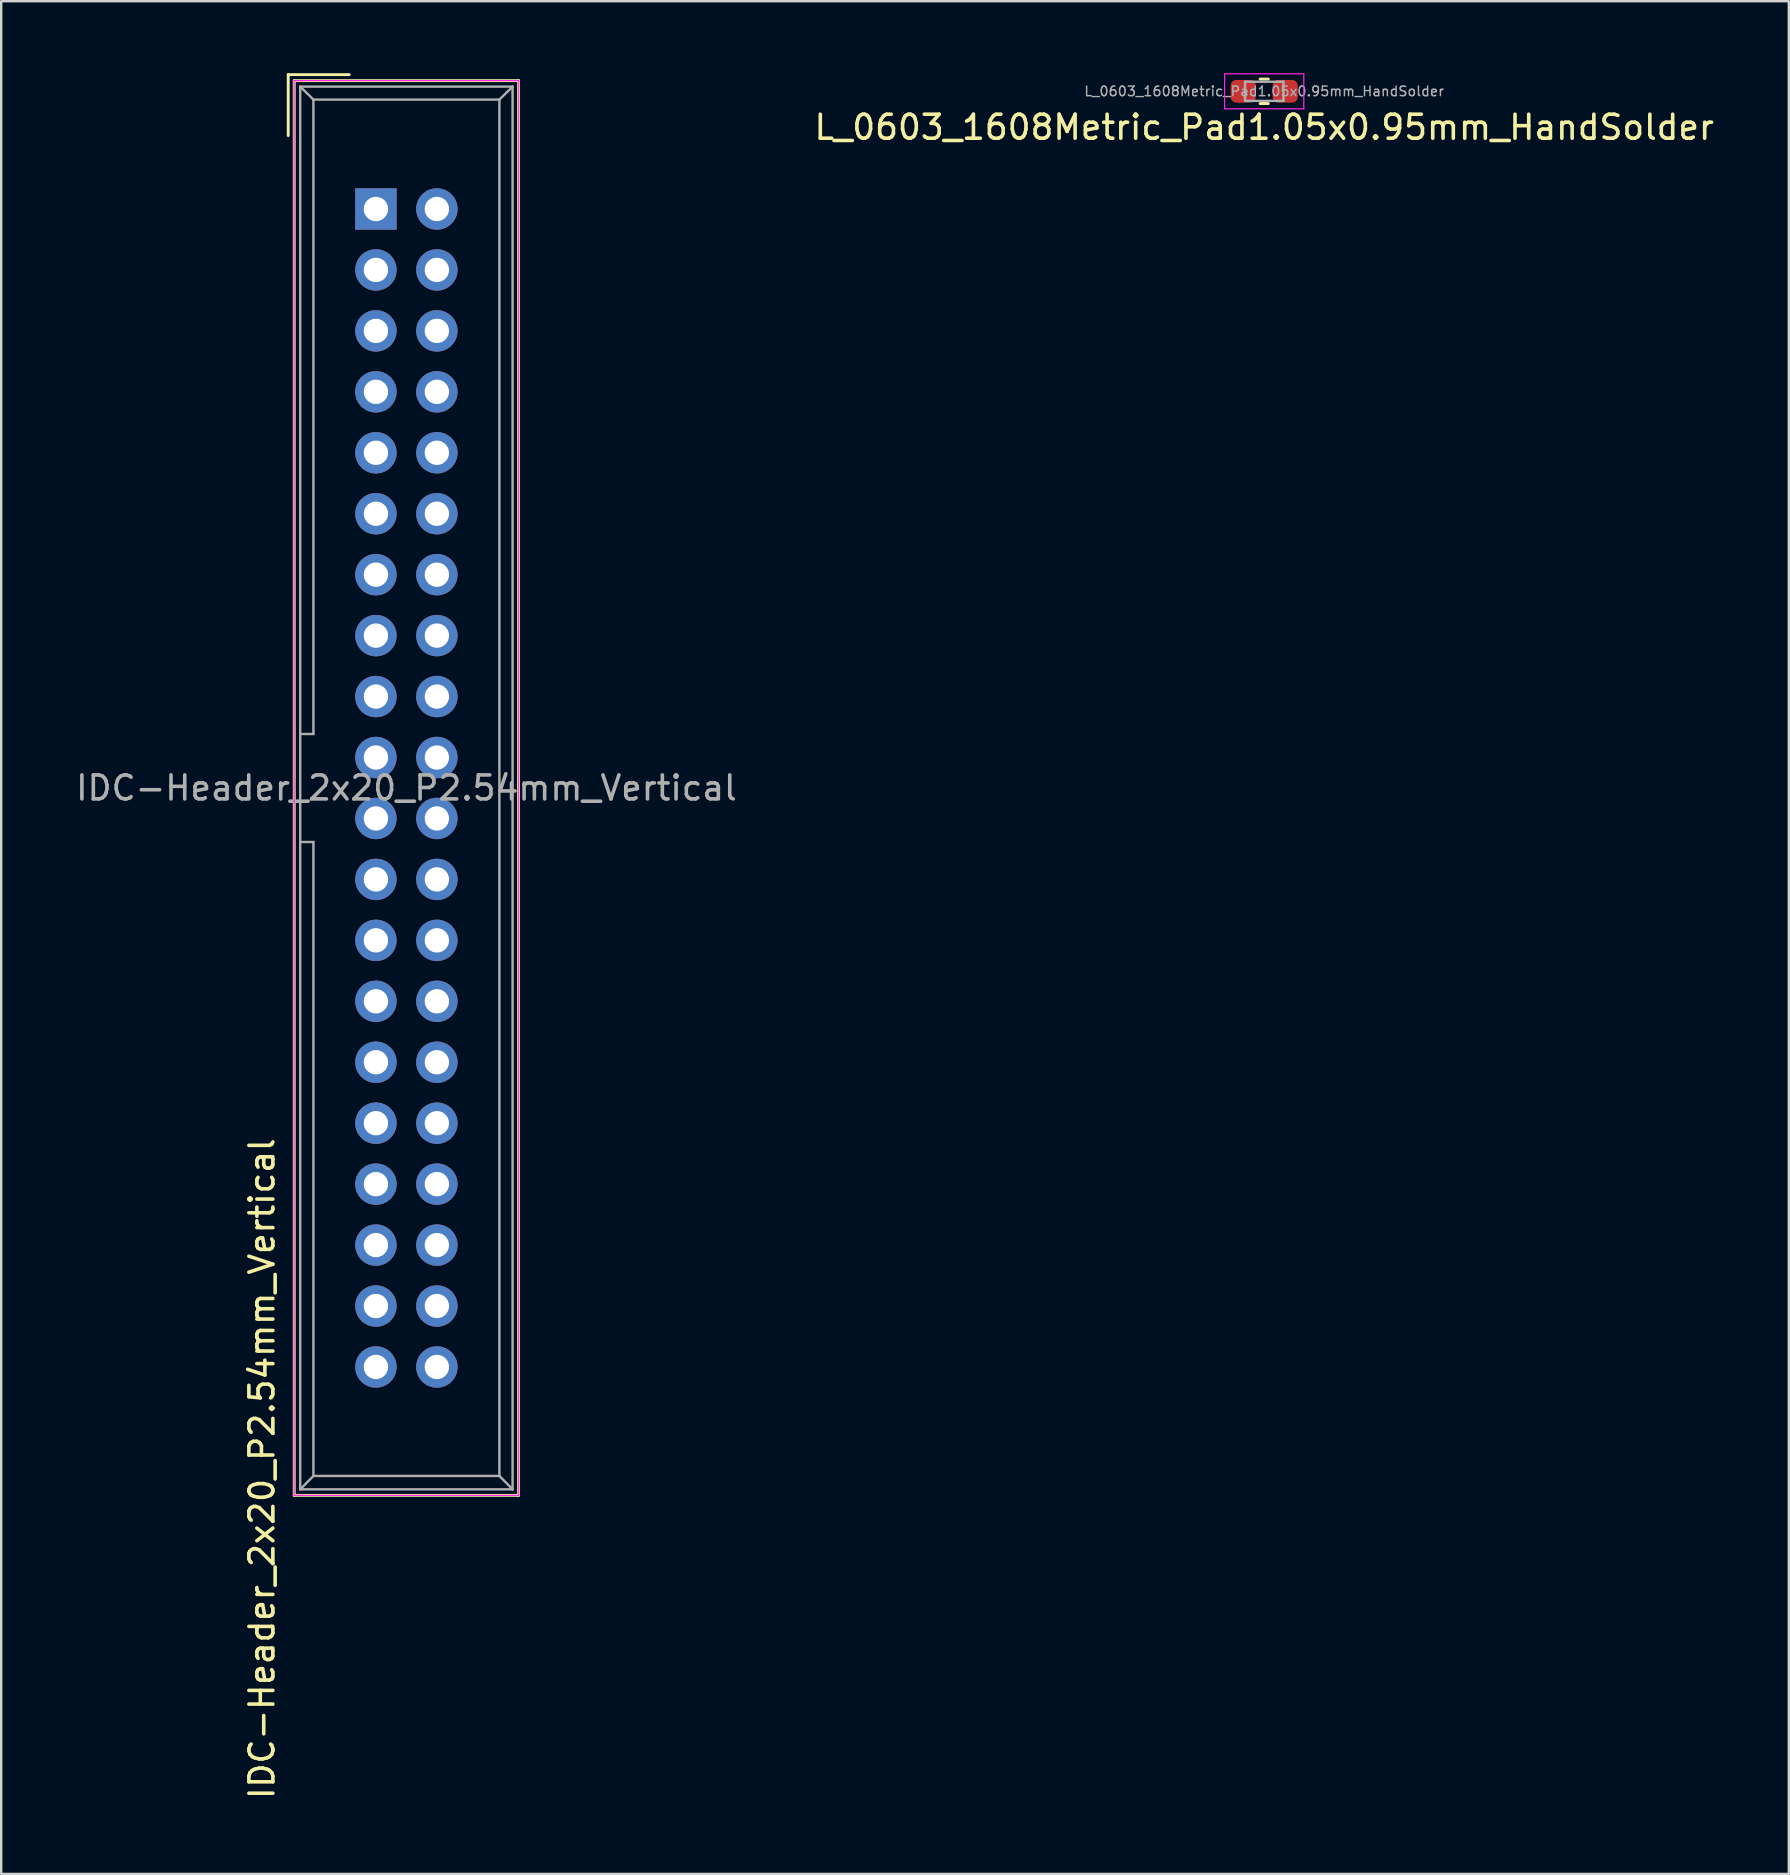
<source format=kicad_pcb>
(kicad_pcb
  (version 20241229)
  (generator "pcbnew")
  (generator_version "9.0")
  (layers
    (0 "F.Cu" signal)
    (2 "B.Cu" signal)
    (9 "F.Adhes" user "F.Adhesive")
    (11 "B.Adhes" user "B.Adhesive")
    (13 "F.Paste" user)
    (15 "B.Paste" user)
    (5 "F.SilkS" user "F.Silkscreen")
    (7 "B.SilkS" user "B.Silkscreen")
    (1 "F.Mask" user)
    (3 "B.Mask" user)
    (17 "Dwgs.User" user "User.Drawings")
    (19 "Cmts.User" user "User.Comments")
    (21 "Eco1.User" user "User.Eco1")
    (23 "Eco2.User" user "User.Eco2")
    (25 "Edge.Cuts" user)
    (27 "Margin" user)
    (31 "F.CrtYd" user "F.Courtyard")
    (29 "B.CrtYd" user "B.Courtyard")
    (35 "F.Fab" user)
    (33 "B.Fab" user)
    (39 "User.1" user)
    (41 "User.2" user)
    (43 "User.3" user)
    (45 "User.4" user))
  (footprint "L_0603_1608Metric_Pad1.05x0.95mm_HandSolder"
    (layer "F.Cu")
    (at 49.637 0.755)
    (property "Reference" "L_0603_1608Metric_Pad1.05x0.95mm_HandSolder" (at 0 1.5 0) (layer "F.SilkS") (effects (font (size 1 1) (thickness 0.15))))
    (attr smd)
    (fp_line (start -0.171 -0.51) (end 0.171 -0.51) (stroke (width 0.12) (type solid)) (layer "F.SilkS"))
    (fp_line (start -0.171 0.51) (end 0.171 0.51) (stroke (width 0.12) (type solid)) (layer "F.SilkS"))
    (fp_line (start -1.65 -0.73) (end 1.65 -0.73) (stroke (width 0.05) (type solid)) (layer "F.CrtYd"))
    (fp_line (start -1.65 0.73) (end -1.65 -0.73) (stroke (width 0.05) (type solid)) (layer "F.CrtYd"))
    (fp_line (start 1.65 -0.73) (end 1.65 0.73) (stroke (width 0.05) (type solid)) (layer "F.CrtYd"))
    (fp_line (start 1.65 0.73) (end -1.65 0.73) (stroke (width 0.05) (type solid)) (layer "F.CrtYd"))
    (fp_line (start -0.8 -0.4) (end 0.8 -0.4) (stroke (width 0.1) (type solid)) (layer "F.Fab"))
    (fp_line (start -0.8 0.4) (end -0.8 -0.4) (stroke (width 0.1) (type solid)) (layer "F.Fab"))
    (fp_line (start 0.8 -0.4) (end 0.8 0.4) (stroke (width 0.1) (type solid)) (layer "F.Fab"))
    (fp_line (start 0.8 0.4) (end -0.8 0.4) (stroke (width 0.1) (type solid)) (layer "F.Fab"))
    (fp_text user "${REFERENCE}" (at 0 0 0) (layer "F.Fab") (effects (font (size 0.4 0.4) (thickness 0.06))))
    (pad "1" smd roundrect (at -0.875 0) (size 1.05 0.95) (layers "F.Cu" "F.Mask" "F.Paste") (roundrect_rratio 0.25))
    (pad "2" smd roundrect (at 0.875 0) (size 1.05 0.95) (layers "F.Cu" "F.Mask" "F.Paste") (roundrect_rratio 0.25)))
  (footprint "IDC-Header_2x20_P2.54mm_Vertical"
    (layer "F.Cu")
    (at 12.617 5.66)
    (property "Reference" "IDC-Header_2x20_P2.54mm_Vertical" (at -4.75 52.5 90) (layer "F.SilkS") (effects (font (size 1 1) (thickness 0.15))))
    (attr through_hole)
    (fp_line (start -3.655 -5.6) (end -3.655 -3.06) (stroke (width 0.12) (type solid)) (layer "F.SilkS"))
    (fp_line (start -3.655 -5.6) (end -1.115 -5.6) (stroke (width 0.12) (type solid)) (layer "F.SilkS"))
    (fp_line (start -3.405 -5.35) (end 5.945 -5.35) (stroke (width 0.12) (type solid)) (layer "F.SilkS"))
    (fp_line (start -3.405 53.61) (end -3.405 -5.35) (stroke (width 0.12) (type solid)) (layer "F.SilkS"))
    (fp_line (start 5.945 -5.35) (end 5.945 53.61) (stroke (width 0.12) (type solid)) (layer "F.SilkS"))
    (fp_line (start 5.945 53.61) (end -3.405 53.61) (stroke (width 0.12) (type solid)) (layer "F.SilkS"))
    (fp_line (start -3.41 -5.35) (end 5.95 -5.35) (stroke (width 0.05) (type solid)) (layer "F.CrtYd"))
    (fp_line (start -3.41 53.61) (end -3.41 -5.35) (stroke (width 0.05) (type solid)) (layer "F.CrtYd"))
    (fp_line (start 5.95 -5.35) (end 5.95 53.61) (stroke (width 0.05) (type solid)) (layer "F.CrtYd"))
    (fp_line (start 5.95 53.61) (end -3.41 53.61) (stroke (width 0.05) (type solid)) (layer "F.CrtYd"))
    (fp_line (start -3.155 -5.1) (end -3.155 53.36) (stroke (width 0.1) (type solid)) (layer "F.Fab"))
    (fp_line (start -3.155 -5.1) (end -2.605 -4.56) (stroke (width 0.1) (type solid)) (layer "F.Fab"))
    (fp_line (start -3.155 53.36) (end -2.605 52.8) (stroke (width 0.1) (type solid)) (layer "F.Fab"))
    (fp_line (start -2.605 -4.56) (end -2.605 21.88) (stroke (width 0.1) (type solid)) (layer "F.Fab"))
    (fp_line (start -2.605 21.88) (end -3.155 21.88) (stroke (width 0.1) (type solid)) (layer "F.Fab"))
    (fp_line (start -2.605 26.38) (end -3.155 26.38) (stroke (width 0.1) (type solid)) (layer "F.Fab"))
    (fp_line (start -2.605 26.38) (end -2.605 52.8) (stroke (width 0.1) (type solid)) (layer "F.Fab"))
    (fp_line (start 5.145 -4.56) (end -2.605 -4.56) (stroke (width 0.1) (type solid)) (layer "F.Fab"))
    (fp_line (start 5.145 -4.56) (end 5.145 52.8) (stroke (width 0.1) (type solid)) (layer "F.Fab"))
    (fp_line (start 5.145 52.8) (end -2.605 52.8) (stroke (width 0.1) (type solid)) (layer "F.Fab"))
    (fp_line (start 5.695 -5.1) (end -3.155 -5.1) (stroke (width 0.1) (type solid)) (layer "F.Fab"))
    (fp_line (start 5.695 -5.1) (end 5.145 -4.56) (stroke (width 0.1) (type solid)) (layer "F.Fab"))
    (fp_line (start 5.695 -5.1) (end 5.695 53.36) (stroke (width 0.1) (type solid)) (layer "F.Fab"))
    (fp_line (start 5.695 53.36) (end -3.155 53.36) (stroke (width 0.1) (type solid)) (layer "F.Fab"))
    (fp_line (start 5.695 53.36) (end 5.145 52.8) (stroke (width 0.1) (type solid)) (layer "F.Fab"))
    (fp_text user "${REFERENCE}" (at 1.27 24.13 0) (layer "F.Fab") (effects (font (size 1 1) (thickness 0.15))))
    (pad "1" thru_hole rect (at 0 0) (size 1.727 1.727) (drill 1.016) (layers "*.Cu" "*.Mask"))
    (pad "2" thru_hole oval (at 2.54 0) (size 1.727 1.727) (drill 1.016) (layers "*.Cu" "*.Mask"))
    (pad "3" thru_hole oval (at 0 2.54) (size 1.727 1.727) (drill 1.016) (layers "*.Cu" "*.Mask"))
    (pad "4" thru_hole oval (at 2.54 2.54) (size 1.727 1.727) (drill 1.016) (layers "*.Cu" "*.Mask"))
    (pad "5" thru_hole oval (at 0 5.08) (size 1.727 1.727) (drill 1.016) (layers "*.Cu" "*.Mask"))
    (pad "6" thru_hole oval (at 2.54 5.08) (size 1.727 1.727) (drill 1.016) (layers "*.Cu" "*.Mask"))
    (pad "7" thru_hole oval (at 0 7.62) (size 1.727 1.727) (drill 1.016) (layers "*.Cu" "*.Mask"))
    (pad "8" thru_hole oval (at 2.54 7.62) (size 1.727 1.727) (drill 1.016) (layers "*.Cu" "*.Mask"))
    (pad "9" thru_hole oval (at 0 10.16) (size 1.727 1.727) (drill 1.016) (layers "*.Cu" "*.Mask"))
    (pad "10" thru_hole oval (at 2.54 10.16) (size 1.727 1.727) (drill 1.016) (layers "*.Cu" "*.Mask"))
    (pad "11" thru_hole oval (at 0 12.7) (size 1.727 1.727) (drill 1.016) (layers "*.Cu" "*.Mask"))
    (pad "12" thru_hole oval (at 2.54 12.7) (size 1.727 1.727) (drill 1.016) (layers "*.Cu" "*.Mask"))
    (pad "13" thru_hole oval (at 0 15.24) (size 1.727 1.727) (drill 1.016) (layers "*.Cu" "*.Mask"))
    (pad "14" thru_hole oval (at 2.54 15.24) (size 1.727 1.727) (drill 1.016) (layers "*.Cu" "*.Mask"))
    (pad "15" thru_hole oval (at 0 17.78) (size 1.727 1.727) (drill 1.016) (layers "*.Cu" "*.Mask"))
    (pad "16" thru_hole oval (at 2.54 17.78) (size 1.727 1.727) (drill 1.016) (layers "*.Cu" "*.Mask"))
    (pad "17" thru_hole oval (at 0 20.32) (size 1.727 1.727) (drill 1.016) (layers "*.Cu" "*.Mask"))
    (pad "18" thru_hole oval (at 2.54 20.32) (size 1.727 1.727) (drill 1.016) (layers "*.Cu" "*.Mask"))
    (pad "19" thru_hole oval (at 0 22.86) (size 1.727 1.727) (drill 1.016) (layers "*.Cu" "*.Mask"))
    (pad "20" thru_hole oval (at 2.54 22.86) (size 1.727 1.727) (drill 1.016) (layers "*.Cu" "*.Mask"))
    (pad "21" thru_hole oval (at 0 25.4) (size 1.727 1.727) (drill 1.016) (layers "*.Cu" "*.Mask"))
    (pad "22" thru_hole oval (at 2.54 25.4) (size 1.727 1.727) (drill 1.016) (layers "*.Cu" "*.Mask"))
    (pad "23" thru_hole oval (at 0 27.94) (size 1.727 1.727) (drill 1.016) (layers "*.Cu" "*.Mask"))
    (pad "24" thru_hole oval (at 2.54 27.94) (size 1.727 1.727) (drill 1.016) (layers "*.Cu" "*.Mask"))
    (pad "25" thru_hole oval (at 0 30.48) (size 1.727 1.727) (drill 1.016) (layers "*.Cu" "*.Mask"))
    (pad "26" thru_hole oval (at 2.54 30.48) (size 1.727 1.727) (drill 1.016) (layers "*.Cu" "*.Mask"))
    (pad "27" thru_hole oval (at 0 33.02) (size 1.727 1.727) (drill 1.016) (layers "*.Cu" "*.Mask"))
    (pad "28" thru_hole oval (at 2.54 33.02) (size 1.727 1.727) (drill 1.016) (layers "*.Cu" "*.Mask"))
    (pad "29" thru_hole oval (at 0 35.56) (size 1.727 1.727) (drill 1.016) (layers "*.Cu" "*.Mask"))
    (pad "30" thru_hole oval (at 2.54 35.56) (size 1.727 1.727) (drill 1.016) (layers "*.Cu" "*.Mask"))
    (pad "31" thru_hole oval (at 0 38.1) (size 1.727 1.727) (drill 1.016) (layers "*.Cu" "*.Mask"))
    (pad "32" thru_hole oval (at 2.54 38.1) (size 1.727 1.727) (drill 1.016) (layers "*.Cu" "*.Mask"))
    (pad "33" thru_hole oval (at 0 40.64) (size 1.727 1.727) (drill 1.016) (layers "*.Cu" "*.Mask"))
    (pad "34" thru_hole oval (at 2.54 40.64) (size 1.727 1.727) (drill 1.016) (layers "*.Cu" "*.Mask"))
    (pad "35" thru_hole oval (at 0 43.18) (size 1.727 1.727) (drill 1.016) (layers "*.Cu" "*.Mask"))
    (pad "36" thru_hole oval (at 2.54 43.18) (size 1.727 1.727) (drill 1.016) (layers "*.Cu" "*.Mask"))
    (pad "37" thru_hole oval (at 0 45.72) (size 1.727 1.727) (drill 1.016) (layers "*.Cu" "*.Mask"))
    (pad "38" thru_hole oval (at 2.54 45.72) (size 1.727 1.727) (drill 1.016) (layers "*.Cu" "*.Mask"))
    (pad "39" thru_hole oval (at 0 48.26) (size 1.727 1.727) (drill 1.016) (layers "*.Cu" "*.Mask"))
    (pad "40" thru_hole oval (at 2.54 48.26) (size 1.727 1.727) (drill 1.016) (layers "*.Cu" "*.Mask")))
  (gr_rect
    (start -3 -3)
    (end 71.5 75.047)
    (stroke (width 0.1) (type default))
    (fill no)
    (layer "Edge.Cuts")))
</source>
